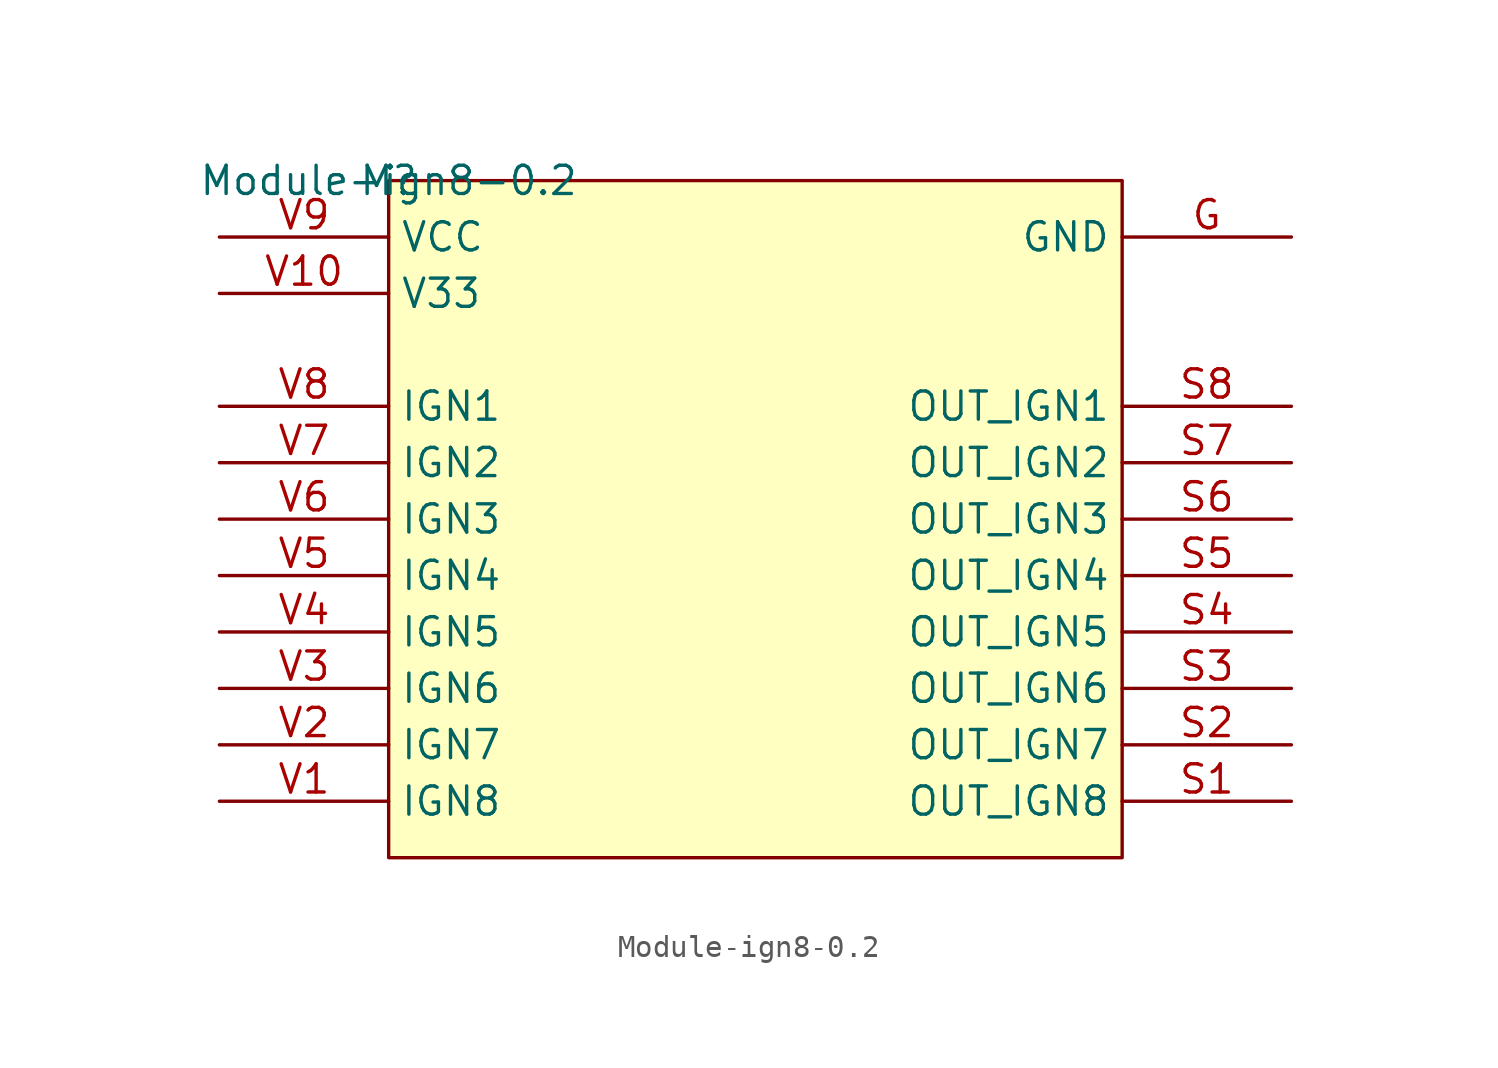
<source format=kicad_sym>
(kicad_symbol_lib
  (version 20201005)
  (generator kicad_symbol_editor)
  (symbol "ign8:Module-ign8-0.2"
    (property "Reference" "M"
      (at 0 0 0)
      (effects (font (size 1.27 1.27))))
    (property "Value" "Module-ign8-0.2"
      (at 0 0 0)
      (effects (font (size 1.27 1.27))))
    (symbol "Module-ign8-0.2_1_0"
      (rectangle (start 33.02 0) (end 0 -30.48) (stroke (width 0)) (fill (type background)))
      (pin passive line (at 40.64 -2.54 180) (length 7.62) (name "GND" (effects (font (size 1.27 1.27)))) (number "G" (effects (font (size 1.27 1.27)))))
      (pin passive line (at 40.64 -27.94 180) (length 7.62) (name "OUT_IGN8" (effects (font (size 1.27 1.27)))) (number "S1" (effects (font (size 1.27 1.27)))))
      (pin passive line (at 40.64 -25.4 180) (length 7.62) (name "OUT_IGN7" (effects (font (size 1.27 1.27)))) (number "S2" (effects (font (size 1.27 1.27)))))
      (pin passive line (at 40.64 -22.86 180) (length 7.62) (name "OUT_IGN6" (effects (font (size 1.27 1.27)))) (number "S3" (effects (font (size 1.27 1.27)))))
      (pin passive line (at 40.64 -20.32 180) (length 7.62) (name "OUT_IGN5" (effects (font (size 1.27 1.27)))) (number "S4" (effects (font (size 1.27 1.27)))))
      (pin passive line (at 40.64 -17.78 180) (length 7.62) (name "OUT_IGN4" (effects (font (size 1.27 1.27)))) (number "S5" (effects (font (size 1.27 1.27)))))
      (pin passive line (at 40.64 -15.24 180) (length 7.62) (name "OUT_IGN3" (effects (font (size 1.27 1.27)))) (number "S6" (effects (font (size 1.27 1.27)))))
      (pin passive line (at 40.64 -12.7 180) (length 7.62) (name "OUT_IGN2" (effects (font (size 1.27 1.27)))) (number "S7" (effects (font (size 1.27 1.27)))))
      (pin passive line (at 40.64 -10.16 180) (length 7.62) (name "OUT_IGN1" (effects (font (size 1.27 1.27)))) (number "S8" (effects (font (size 1.27 1.27)))))
      (pin passive line (at -7.62 -27.94 0) (length 7.62) (name "IGN8" (effects (font (size 1.27 1.27)))) (number "V1" (effects (font (size 1.27 1.27)))))
      (pin passive line (at -7.62 -5.08 0) (length 7.62) (name "V33" (effects (font (size 1.27 1.27)))) (number "V10" (effects (font (size 1.27 1.27)))))
      (pin passive line (at -7.62 -25.4 0) (length 7.62) (name "IGN7" (effects (font (size 1.27 1.27)))) (number "V2" (effects (font (size 1.27 1.27)))))
      (pin passive line (at -7.62 -22.86 0) (length 7.62) (name "IGN6" (effects (font (size 1.27 1.27)))) (number "V3" (effects (font (size 1.27 1.27)))))
      (pin passive line (at -7.62 -20.32 0) (length 7.62) (name "IGN5" (effects (font (size 1.27 1.27)))) (number "V4" (effects (font (size 1.27 1.27)))))
      (pin passive line (at -7.62 -17.78 0) (length 7.62) (name "IGN4" (effects (font (size 1.27 1.27)))) (number "V5" (effects (font (size 1.27 1.27)))))
      (pin passive line (at -7.62 -15.24 0) (length 7.62) (name "IGN3" (effects (font (size 1.27 1.27)))) (number "V6" (effects (font (size 1.27 1.27)))))
      (pin passive line (at -7.62 -12.7 0) (length 7.62) (name "IGN2" (effects (font (size 1.27 1.27)))) (number "V7" (effects (font (size 1.27 1.27)))))
      (pin passive line (at -7.62 -10.16 0) (length 7.62) (name "IGN1" (effects (font (size 1.27 1.27)))) (number "V8" (effects (font (size 1.27 1.27)))))
      (pin passive line (at -7.62 -2.54 0) (length 7.62) (name "VCC" (effects (font (size 1.27 1.27)))) (number "V9" (effects (font (size 1.27 1.27))))))))
</source>
